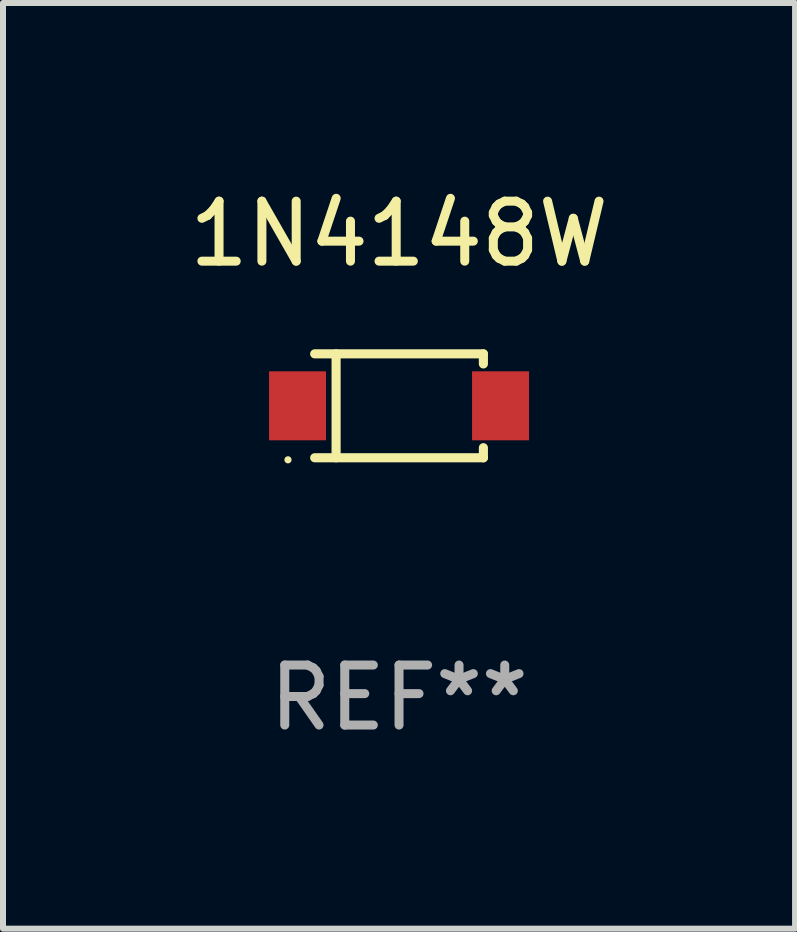
<source format=kicad_pcb>
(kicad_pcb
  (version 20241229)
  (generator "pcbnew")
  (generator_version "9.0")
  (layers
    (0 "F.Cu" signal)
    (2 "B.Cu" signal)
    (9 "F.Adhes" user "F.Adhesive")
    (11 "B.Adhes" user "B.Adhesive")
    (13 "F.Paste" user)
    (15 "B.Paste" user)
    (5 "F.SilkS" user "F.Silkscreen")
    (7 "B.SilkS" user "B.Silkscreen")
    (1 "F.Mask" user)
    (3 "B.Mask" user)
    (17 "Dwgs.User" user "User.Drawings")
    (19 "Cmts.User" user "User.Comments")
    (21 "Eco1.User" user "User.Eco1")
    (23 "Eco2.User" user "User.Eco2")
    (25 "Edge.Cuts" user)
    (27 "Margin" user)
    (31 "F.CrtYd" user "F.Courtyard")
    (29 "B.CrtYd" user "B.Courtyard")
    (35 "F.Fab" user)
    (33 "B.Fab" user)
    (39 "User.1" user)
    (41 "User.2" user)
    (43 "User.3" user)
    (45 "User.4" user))
  (footprint "1N4148W"
    (layer "F.Cu")
    (at 3.601 3.714)
    (property "Reference" "1N4148W" (at 0 -2.866 0) (layer "F.SilkS") (effects (font (size 1 1) (thickness 0.15))))
    (attr through_hole)
    (fp_line (start -1.406 -0.866) (end 1.406 -0.866) (stroke (width 0.152) (type solid)) (layer "F.SilkS"))
    (fp_line (start -1.406 0.866) (end 1.406 0.866) (stroke (width 0.152) (type solid)) (layer "F.SilkS"))
    (fp_line (start -1.049 -0.866) (end -1.049 0.866) (stroke (width 0.152) (type solid)) (layer "F.SilkS"))
    (fp_line (start 1.406 -0.866) (end 1.406 -0.698) (stroke (width 0.152) (type solid)) (layer "F.SilkS"))
    (fp_line (start 1.406 0.866) (end 1.406 0.698) (stroke (width 0.152) (type solid)) (layer "F.SilkS"))
    (fp_circle (center -1.851 0.9) (end -1.821 0.9) (stroke (width 0.06) (type solid)) (fill no) (layer "F.SilkS"))
    (fp_text user "REF**" (at 0 4.866 0) (layer "F.Fab") (effects (font (size 1 1) (thickness 0.15))))
    (pad "1" smd rect (at -1.692 0) (size 0.95 1.15) (layers "F.Cu" "F.Mask" "F.Paste"))
    (pad "2" smd rect (at 1.692 0) (size 0.95 1.15) (layers "F.Cu" "F.Mask" "F.Paste")))
  (gr_rect
    (start -3 -3)
    (end 10.202 12.429)
    (stroke (width 0.1) (type default))
    (fill no)
    (layer "Edge.Cuts")))
</source>
